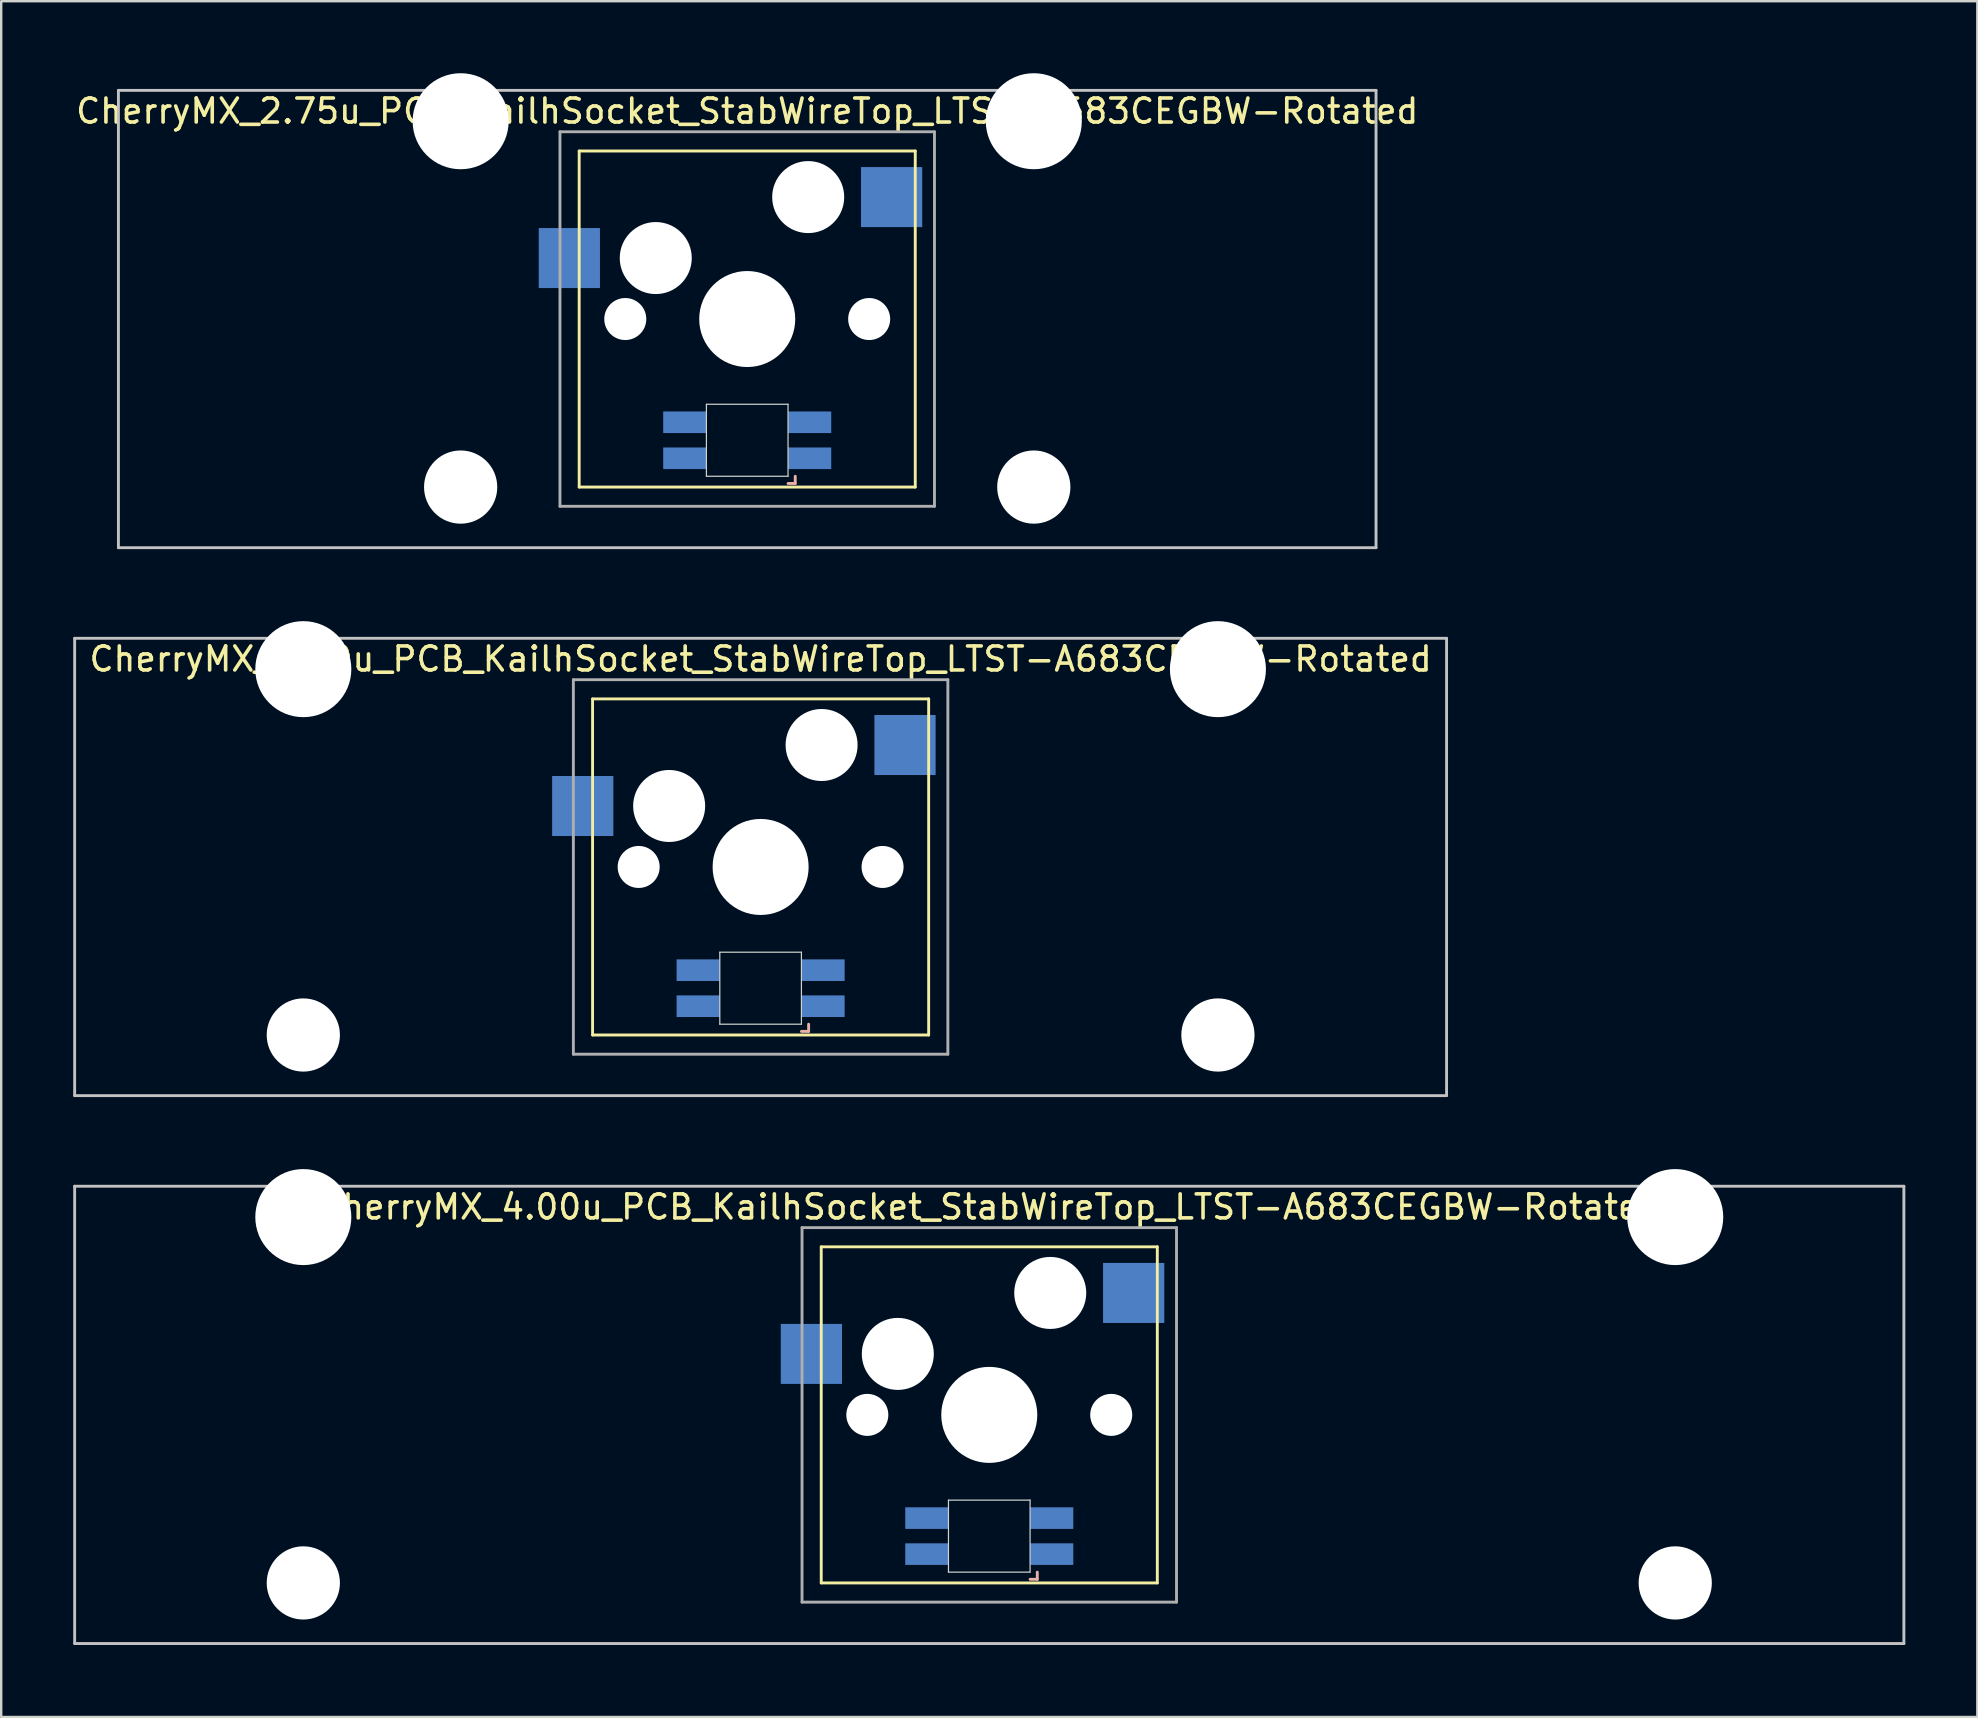
<source format=kicad_pcb>
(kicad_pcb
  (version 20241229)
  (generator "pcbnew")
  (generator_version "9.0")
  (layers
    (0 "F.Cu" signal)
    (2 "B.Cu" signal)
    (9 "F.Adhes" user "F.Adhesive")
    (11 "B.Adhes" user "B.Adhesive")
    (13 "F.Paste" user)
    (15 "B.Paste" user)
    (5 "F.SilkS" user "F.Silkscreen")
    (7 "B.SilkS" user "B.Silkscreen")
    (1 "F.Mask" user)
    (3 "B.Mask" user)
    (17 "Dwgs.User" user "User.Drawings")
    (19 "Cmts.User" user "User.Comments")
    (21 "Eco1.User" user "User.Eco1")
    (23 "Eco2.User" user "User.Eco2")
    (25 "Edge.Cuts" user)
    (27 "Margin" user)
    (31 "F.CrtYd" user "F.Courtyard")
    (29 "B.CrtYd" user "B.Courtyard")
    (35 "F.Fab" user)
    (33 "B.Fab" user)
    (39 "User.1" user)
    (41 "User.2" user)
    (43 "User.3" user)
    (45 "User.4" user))
  (footprint "CherryMX_2.75u_PCB_KailhSocket_StabWireTop_LTST-A683CEGBW-Rotated"
    (layer "F.Cu")
    (at 28.077 10.24)
    (property "Reference" "CherryMX_2.75u_PCB_KailhSocket_StabWireTop_LTST-A683CEGBW-Rotated" (at 0 -8.662 0) (layer "F.SilkS") (effects (font (size 1 1) (thickness 0.15))))
    (attr through_hole)
    (fp_line (start -7 -7) (end -7 7) (stroke (width 0.12) (type solid)) (layer "F.SilkS"))
    (fp_line (start -7 -7) (end 7 -7) (stroke (width 0.12) (type solid)) (layer "F.SilkS"))
    (fp_line (start 7 -7) (end 7 7) (stroke (width 0.12) (type solid)) (layer "F.SilkS"))
    (fp_line (start 7 7) (end -7 7) (stroke (width 0.12) (type solid)) (layer "F.SilkS"))
    (fp_line (start 1.7 6.85) (end 2 6.85) (stroke (width 0.12) (type solid)) (layer "B.SilkS"))
    (fp_line (start 2 6.85) (end 2 6.55) (stroke (width 0.12) (type solid)) (layer "B.SilkS"))
    (fp_line (start -26.194 -9.525) (end 26.194 -9.525) (stroke (width 0.12) (type solid)) (layer "Dwgs.User"))
    (fp_line (start -26.194 9.525) (end -26.194 -9.525) (stroke (width 0.12) (type solid)) (layer "Dwgs.User"))
    (fp_line (start 26.194 -9.525) (end 26.194 9.525) (stroke (width 0.12) (type solid)) (layer "Dwgs.User"))
    (fp_line (start 26.194 9.525) (end -26.194 9.525) (stroke (width 0.12) (type solid)) (layer "Dwgs.User"))
    (fp_line (start -1.7 3.55) (end 1.7 3.55) (stroke (width 0.05) (type solid)) (layer "Edge.Cuts"))
    (fp_line (start -1.7 6.55) (end -1.7 3.55) (stroke (width 0.05) (type solid)) (layer "Edge.Cuts"))
    (fp_line (start 1.7 3.55) (end 1.7 6.55) (stroke (width 0.05) (type solid)) (layer "Edge.Cuts"))
    (fp_line (start 1.7 6.55) (end -1.7 6.55) (stroke (width 0.05) (type solid)) (layer "Edge.Cuts"))
    (fp_line (start -7.8 -7.8) (end -7.8 7.8) (stroke (width 0.12) (type solid)) (layer "F.Fab"))
    (fp_line (start -7.8 -7.8) (end 7.8 -7.8) (stroke (width 0.12) (type solid)) (layer "F.Fab"))
    (fp_line (start -7.8 7.8) (end 7.8 7.8) (stroke (width 0.12) (type solid)) (layer "F.Fab"))
    (fp_line (start 7.8 -7.8) (end 7.8 7.8) (stroke (width 0.12) (type solid)) (layer "F.Fab"))
    (pad "" np_thru_hole circle (at -11.938 -8.24) (size 4 4) (drill 4) (layers "*.Cu" "*.Mask"))
    (pad "" np_thru_hole circle (at -11.938 7) (size 3.05 3.05) (drill 3.05) (layers "*.Cu" "*.Mask"))
    (pad "" np_thru_hole circle (at -5.08 0) (size 1.75 1.75) (drill 1.75) (layers "*.Cu" "*.Mask"))
    (pad "" np_thru_hole circle (at -3.81 -2.54) (size 3 3) (drill 3) (layers "*.Cu" "*.Mask"))
    (pad "" np_thru_hole circle (at 0 0) (size 4 4) (drill 4) (layers "*.Cu" "*.Mask"))
    (pad "" np_thru_hole circle (at 2.54 -5.08) (size 3 3) (drill 3) (layers "*.Cu" "*.Mask"))
    (pad "" np_thru_hole circle (at 5.08 0) (size 1.75 1.75) (drill 1.75) (layers "*.Cu" "*.Mask"))
    (pad "" np_thru_hole circle (at 11.938 -8.24) (size 4 4) (drill 4) (layers "*.Cu" "*.Mask"))
    (pad "" np_thru_hole circle (at 11.938 7) (size 3.05 3.05) (drill 3.05) (layers "*.Cu" "*.Mask"))
    (pad "1" smd rect (at -7.41 -2.54) (size 2.55 2.5) (layers "B.Cu" "B.Mask" "B.Paste"))
    (pad "2" smd rect (at 6.015 -5.08) (size 2.55 2.5) (layers "B.Cu" "B.Mask" "B.Paste"))
    (pad "3" smd rect (at 2.6 5.8) (size 1.8 0.9) (layers "B.Cu" "B.Mask" "B.Paste"))
    (pad "4" smd rect (at 2.6 4.3) (size 1.8 0.9) (layers "B.Cu" "B.Mask" "B.Paste"))
    (pad "5" smd rect (at -2.6 5.8) (size 1.8 0.9) (layers "B.Cu" "B.Mask" "B.Paste"))
    (pad "6" smd rect (at -2.6 4.3) (size 1.8 0.9) (layers "B.Cu" "B.Mask" "B.Paste")))
  (footprint "CherryMX_4.00u_PCB_KailhSocket_StabWireTop_LTST-A683CEGBW-Rotated"
    (layer "F.Cu")
    (at 38.16 55.89)
    (property "Reference" "CherryMX_4.00u_PCB_KailhSocket_StabWireTop_LTST-A683CEGBW-Rotated" (at 0 -8.662 0) (layer "F.SilkS") (effects (font (size 1 1) (thickness 0.15))))
    (attr through_hole)
    (fp_line (start -7 -7) (end -7 7) (stroke (width 0.12) (type solid)) (layer "F.SilkS"))
    (fp_line (start -7 -7) (end 7 -7) (stroke (width 0.12) (type solid)) (layer "F.SilkS"))
    (fp_line (start 7 -7) (end 7 7) (stroke (width 0.12) (type solid)) (layer "F.SilkS"))
    (fp_line (start 7 7) (end -7 7) (stroke (width 0.12) (type solid)) (layer "F.SilkS"))
    (fp_line (start 1.7 6.85) (end 2 6.85) (stroke (width 0.12) (type solid)) (layer "B.SilkS"))
    (fp_line (start 2 6.85) (end 2 6.55) (stroke (width 0.12) (type solid)) (layer "B.SilkS"))
    (fp_line (start -38.1 -9.525) (end 38.1 -9.525) (stroke (width 0.12) (type solid)) (layer "Dwgs.User"))
    (fp_line (start -38.1 9.525) (end -38.1 -9.525) (stroke (width 0.12) (type solid)) (layer "Dwgs.User"))
    (fp_line (start 38.1 -9.525) (end 38.1 9.525) (stroke (width 0.12) (type solid)) (layer "Dwgs.User"))
    (fp_line (start 38.1 9.525) (end -38.1 9.525) (stroke (width 0.12) (type solid)) (layer "Dwgs.User"))
    (fp_line (start -1.7 3.55) (end 1.7 3.55) (stroke (width 0.05) (type solid)) (layer "Edge.Cuts"))
    (fp_line (start -1.7 6.55) (end -1.7 3.55) (stroke (width 0.05) (type solid)) (layer "Edge.Cuts"))
    (fp_line (start 1.7 3.55) (end 1.7 6.55) (stroke (width 0.05) (type solid)) (layer "Edge.Cuts"))
    (fp_line (start 1.7 6.55) (end -1.7 6.55) (stroke (width 0.05) (type solid)) (layer "Edge.Cuts"))
    (fp_line (start -7.8 -7.8) (end -7.8 7.8) (stroke (width 0.12) (type solid)) (layer "F.Fab"))
    (fp_line (start -7.8 -7.8) (end 7.8 -7.8) (stroke (width 0.12) (type solid)) (layer "F.Fab"))
    (fp_line (start -7.8 7.8) (end 7.8 7.8) (stroke (width 0.12) (type solid)) (layer "F.Fab"))
    (fp_line (start 7.8 -7.8) (end 7.8 7.8) (stroke (width 0.12) (type solid)) (layer "F.Fab"))
    (pad "" np_thru_hole circle (at -28.575 -8.24) (size 4 4) (drill 4) (layers "*.Cu" "*.Mask"))
    (pad "" np_thru_hole circle (at -28.575 7) (size 3.05 3.05) (drill 3.05) (layers "*.Cu" "*.Mask"))
    (pad "" np_thru_hole circle (at -5.08 0) (size 1.75 1.75) (drill 1.75) (layers "*.Cu" "*.Mask"))
    (pad "" np_thru_hole circle (at -3.81 -2.54) (size 3 3) (drill 3) (layers "*.Cu" "*.Mask"))
    (pad "" np_thru_hole circle (at 0 0) (size 4 4) (drill 4) (layers "*.Cu" "*.Mask"))
    (pad "" np_thru_hole circle (at 2.54 -5.08) (size 3 3) (drill 3) (layers "*.Cu" "*.Mask"))
    (pad "" np_thru_hole circle (at 5.08 0) (size 1.75 1.75) (drill 1.75) (layers "*.Cu" "*.Mask"))
    (pad "" np_thru_hole circle (at 28.575 -8.24) (size 4 4) (drill 4) (layers "*.Cu" "*.Mask"))
    (pad "" np_thru_hole circle (at 28.575 7) (size 3.05 3.05) (drill 3.05) (layers "*.Cu" "*.Mask"))
    (pad "1" smd rect (at -7.41 -2.54) (size 2.55 2.5) (layers "B.Cu" "B.Mask" "B.Paste"))
    (pad "2" smd rect (at 6.015 -5.08) (size 2.55 2.5) (layers "B.Cu" "B.Mask" "B.Paste"))
    (pad "3" smd rect (at 2.6 5.8) (size 1.8 0.9) (layers "B.Cu" "B.Mask" "B.Paste"))
    (pad "4" smd rect (at 2.6 4.3) (size 1.8 0.9) (layers "B.Cu" "B.Mask" "B.Paste"))
    (pad "5" smd rect (at -2.6 5.8) (size 1.8 0.9) (layers "B.Cu" "B.Mask" "B.Paste"))
    (pad "6" smd rect (at -2.6 4.3) (size 1.8 0.9) (layers "B.Cu" "B.Mask" "B.Paste")))
  (footprint "CherryMX_3.00u_PCB_KailhSocket_StabWireTop_LTST-A683CEGBW-Rotated"
    (layer "F.Cu")
    (at 28.635 33.065)
    (property "Reference" "CherryMX_3.00u_PCB_KailhSocket_StabWireTop_LTST-A683CEGBW-Rotated" (at 0 -8.662 0) (layer "F.SilkS") (effects (font (size 1 1) (thickness 0.15))))
    (attr through_hole)
    (fp_line (start -7 -7) (end -7 7) (stroke (width 0.12) (type solid)) (layer "F.SilkS"))
    (fp_line (start -7 -7) (end 7 -7) (stroke (width 0.12) (type solid)) (layer "F.SilkS"))
    (fp_line (start 7 -7) (end 7 7) (stroke (width 0.12) (type solid)) (layer "F.SilkS"))
    (fp_line (start 7 7) (end -7 7) (stroke (width 0.12) (type solid)) (layer "F.SilkS"))
    (fp_line (start 1.7 6.85) (end 2 6.85) (stroke (width 0.12) (type solid)) (layer "B.SilkS"))
    (fp_line (start 2 6.85) (end 2 6.55) (stroke (width 0.12) (type solid)) (layer "B.SilkS"))
    (fp_line (start -28.575 -9.525) (end 28.575 -9.525) (stroke (width 0.12) (type solid)) (layer "Dwgs.User"))
    (fp_line (start -28.575 9.525) (end -28.575 -9.525) (stroke (width 0.12) (type solid)) (layer "Dwgs.User"))
    (fp_line (start 28.575 -9.525) (end 28.575 9.525) (stroke (width 0.12) (type solid)) (layer "Dwgs.User"))
    (fp_line (start 28.575 9.525) (end -28.575 9.525) (stroke (width 0.12) (type solid)) (layer "Dwgs.User"))
    (fp_line (start -1.7 3.55) (end 1.7 3.55) (stroke (width 0.05) (type solid)) (layer "Edge.Cuts"))
    (fp_line (start -1.7 6.55) (end -1.7 3.55) (stroke (width 0.05) (type solid)) (layer "Edge.Cuts"))
    (fp_line (start 1.7 3.55) (end 1.7 6.55) (stroke (width 0.05) (type solid)) (layer "Edge.Cuts"))
    (fp_line (start 1.7 6.55) (end -1.7 6.55) (stroke (width 0.05) (type solid)) (layer "Edge.Cuts"))
    (fp_line (start -7.8 -7.8) (end -7.8 7.8) (stroke (width 0.12) (type solid)) (layer "F.Fab"))
    (fp_line (start -7.8 -7.8) (end 7.8 -7.8) (stroke (width 0.12) (type solid)) (layer "F.Fab"))
    (fp_line (start -7.8 7.8) (end 7.8 7.8) (stroke (width 0.12) (type solid)) (layer "F.Fab"))
    (fp_line (start 7.8 -7.8) (end 7.8 7.8) (stroke (width 0.12) (type solid)) (layer "F.Fab"))
    (pad "" np_thru_hole circle (at -19.05 -8.24) (size 4 4) (drill 4) (layers "*.Cu" "*.Mask"))
    (pad "" np_thru_hole circle (at -19.05 7) (size 3.05 3.05) (drill 3.05) (layers "*.Cu" "*.Mask"))
    (pad "" np_thru_hole circle (at -5.08 0) (size 1.75 1.75) (drill 1.75) (layers "*.Cu" "*.Mask"))
    (pad "" np_thru_hole circle (at -3.81 -2.54) (size 3 3) (drill 3) (layers "*.Cu" "*.Mask"))
    (pad "" np_thru_hole circle (at 0 0) (size 4 4) (drill 4) (layers "*.Cu" "*.Mask"))
    (pad "" np_thru_hole circle (at 2.54 -5.08) (size 3 3) (drill 3) (layers "*.Cu" "*.Mask"))
    (pad "" np_thru_hole circle (at 5.08 0) (size 1.75 1.75) (drill 1.75) (layers "*.Cu" "*.Mask"))
    (pad "" np_thru_hole circle (at 19.05 -8.24) (size 4 4) (drill 4) (layers "*.Cu" "*.Mask"))
    (pad "" np_thru_hole circle (at 19.05 7) (size 3.05 3.05) (drill 3.05) (layers "*.Cu" "*.Mask"))
    (pad "1" smd rect (at -7.41 -2.54) (size 2.55 2.5) (layers "B.Cu" "B.Mask" "B.Paste"))
    (pad "2" smd rect (at 6.015 -5.08) (size 2.55 2.5) (layers "B.Cu" "B.Mask" "B.Paste"))
    (pad "3" smd rect (at 2.6 5.8) (size 1.8 0.9) (layers "B.Cu" "B.Mask" "B.Paste"))
    (pad "4" smd rect (at 2.6 4.3) (size 1.8 0.9) (layers "B.Cu" "B.Mask" "B.Paste"))
    (pad "5" smd rect (at -2.6 5.8) (size 1.8 0.9) (layers "B.Cu" "B.Mask" "B.Paste"))
    (pad "6" smd rect (at -2.6 4.3) (size 1.8 0.9) (layers "B.Cu" "B.Mask" "B.Paste")))
  (gr_rect
    (start -3 -3)
    (end 79.32 68.475)
    (stroke (width 0.1) (type default))
    (fill no)
    (layer "Edge.Cuts")))
</source>
